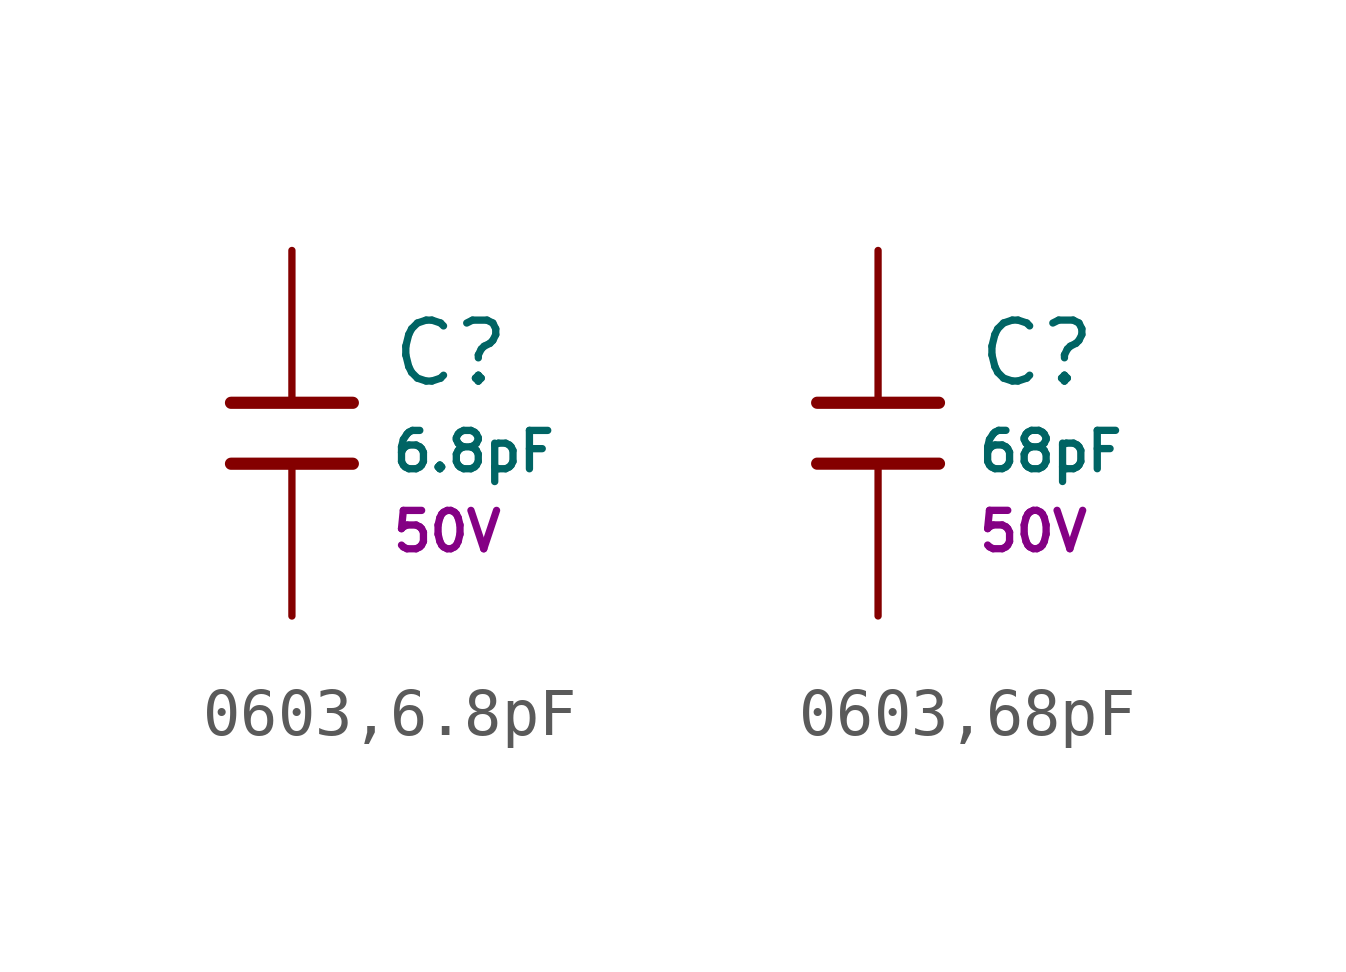
<source format=kicad_sym>
(kicad_symbol_lib
  (version 20241209)
  (generator "kicad_symbol_editor")
  (generator_version "9.0")
  (symbol "0603,6.8pF"
    (pin_numbers
      (hide yes))
    (pin_names
      (offset 0))
    (property "Reference" "C"
      (at 2.032 1.668 0)
      (effects (font (size 1.27 1.27)) (justify left)))
    (property "Value" "6.8pF"
      (at 2.032 -0.378 0)
      (effects (font (size 0.8 0.8)) (justify left)))
    (property "Voltage Rated" "50V"
      (at 2.032 -2.046 0)
      (effects (font (size 0.8 0.8)) (justify left)))
    (symbol "0603,6.8pF_0_1"
      (polyline (pts (xy -1.27 0.635) (xy 1.27 0.635)) (stroke (width 0.254) (type default)) (fill (type none)))
      (polyline (pts (xy -1.27 -0.635) (xy 1.27 -0.635)) (stroke (width 0.254) (type default)) (fill (type none))))
    (symbol "0603,6.8pF_1_1"
      (pin passive line (at 0 3.81 270) (length 3.175) (name "~" (effects (font (size 1.27 1.27)))) (number "1" (effects (font (size 1.27 1.27)))))
      (pin passive line (at 0 -3.81 90) (length 3.175) (name "~" (effects (font (size 1.27 1.27)))) (number "2" (effects (font (size 1.27 1.27)))))))
  (symbol "0603,68pF"
    (pin_numbers
      (hide yes))
    (pin_names
      (offset 0))
    (property "Reference" "C"
      (at 2.032 1.668 0)
      (effects (font (size 1.27 1.27)) (justify left)))
    (property "Value" "68pF"
      (at 2.032 -0.378 0)
      (effects (font (size 0.8 0.8)) (justify left)))
    (property "Voltage Rated" "50V"
      (at 2.032 -2.046 0)
      (effects (font (size 0.8 0.8)) (justify left)))
    (symbol "0603,68pF_0_1"
      (polyline (pts (xy -1.27 0.635) (xy 1.27 0.635)) (stroke (width 0.254) (type default)) (fill (type none)))
      (polyline (pts (xy -1.27 -0.635) (xy 1.27 -0.635)) (stroke (width 0.254) (type default)) (fill (type none))))
    (symbol "0603,68pF_1_1"
      (pin passive line (at 0 3.81 270) (length 3.175) (name "~" (effects (font (size 1.27 1.27)))) (number "1" (effects (font (size 1.27 1.27)))))
      (pin passive line (at 0 -3.81 90) (length 3.175) (name "~" (effects (font (size 1.27 1.27)))) (number "2" (effects (font (size 1.27 1.27))))))))
</source>
